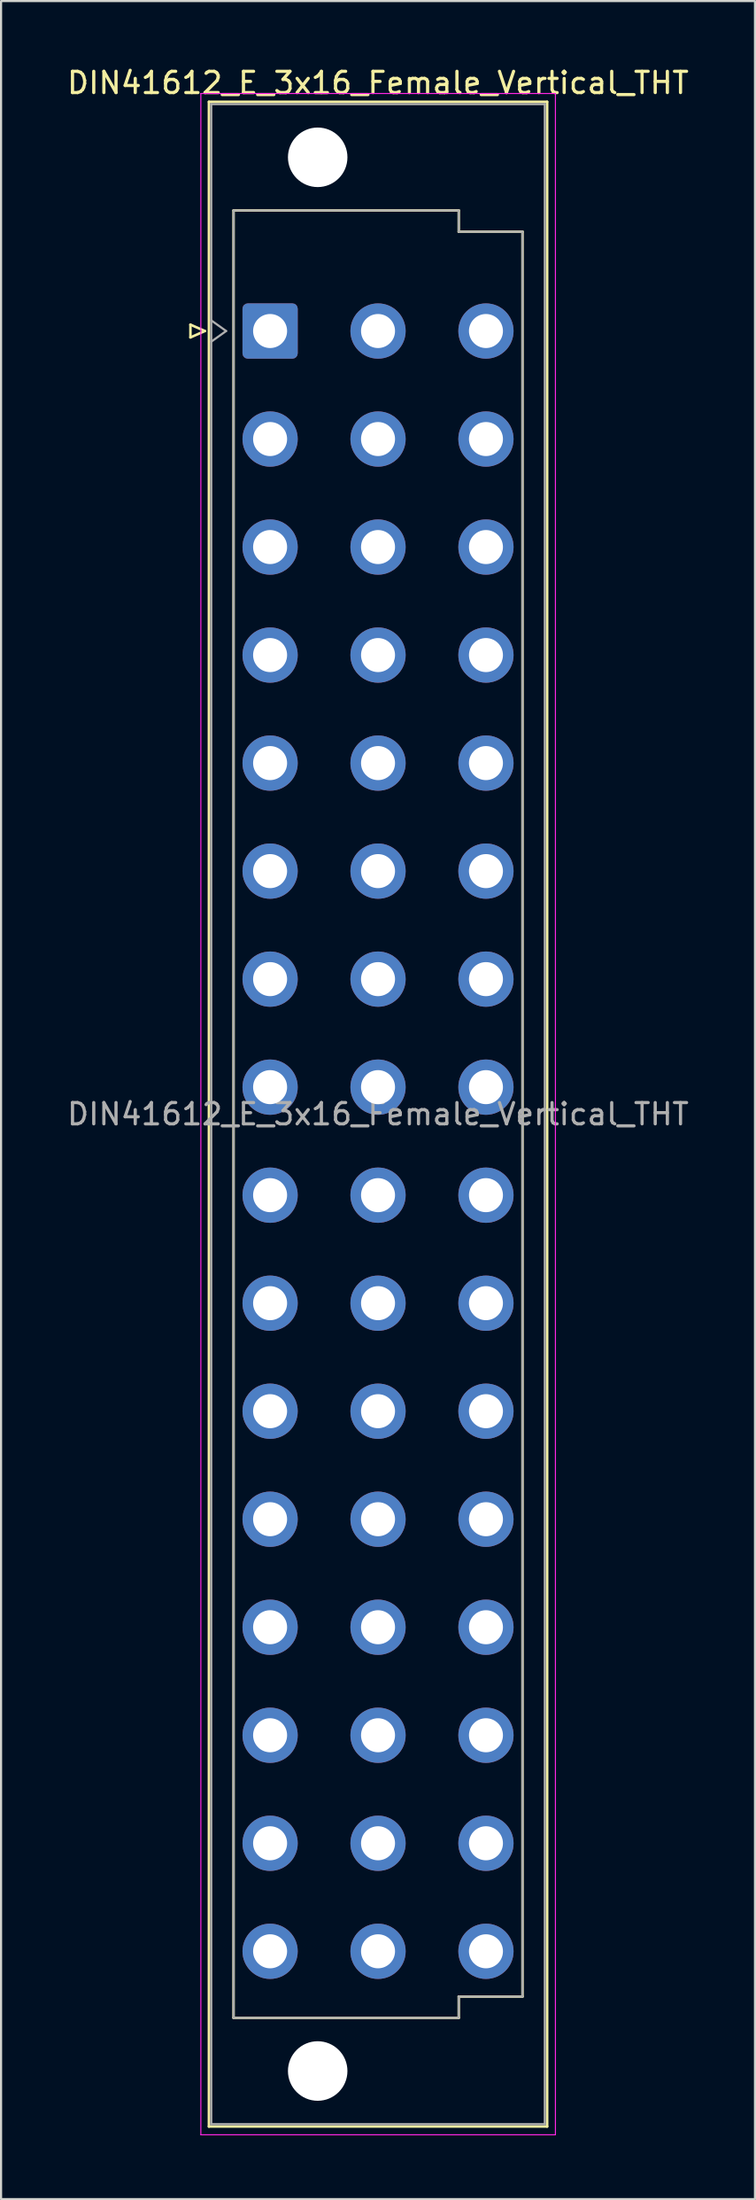
<source format=kicad_pcb>
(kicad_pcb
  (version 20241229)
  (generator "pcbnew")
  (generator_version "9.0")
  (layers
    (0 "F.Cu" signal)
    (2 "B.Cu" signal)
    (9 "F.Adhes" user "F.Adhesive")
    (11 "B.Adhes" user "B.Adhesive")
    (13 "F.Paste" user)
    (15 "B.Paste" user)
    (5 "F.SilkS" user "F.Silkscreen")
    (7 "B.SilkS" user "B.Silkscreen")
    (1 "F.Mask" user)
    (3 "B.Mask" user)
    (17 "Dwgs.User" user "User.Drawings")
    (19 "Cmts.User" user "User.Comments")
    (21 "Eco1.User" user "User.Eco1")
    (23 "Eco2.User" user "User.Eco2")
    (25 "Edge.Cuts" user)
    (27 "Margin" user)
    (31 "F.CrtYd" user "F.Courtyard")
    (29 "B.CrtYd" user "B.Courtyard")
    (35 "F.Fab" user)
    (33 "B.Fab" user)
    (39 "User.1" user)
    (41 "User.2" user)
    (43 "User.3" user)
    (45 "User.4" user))
  (footprint "DIN41612_E_3x16_Female_Vertical_THT"
    (layer "F.Cu")
    (at 9.664 9.978)
    (property "Reference" "DIN41612_E_3x16_Female_Vertical_THT" (at 5.08 -9.13 0) (layer "F.SilkS") (effects (font (size 1 1) (thickness 0.15))))
    (attr through_hole)
    (fp_line (start -3.75 2.24) (end -3.75 2.84) (stroke (width 0.12) (type solid)) (layer "F.SilkS"))
    (fp_line (start -3.75 2.84) (end -3.07 2.54) (stroke (width 0.12) (type solid)) (layer "F.SilkS"))
    (fp_line (start -3.07 2.54) (end -3.75 2.24) (stroke (width 0.12) (type solid)) (layer "F.SilkS"))
    (fp_line (start -2.88 -8.24) (end 13.04 -8.24) (stroke (width 0.12) (type solid)) (layer "F.SilkS"))
    (fp_line (start -2.88 86.98) (end -2.88 -8.24) (stroke (width 0.12) (type solid)) (layer "F.SilkS"))
    (fp_line (start -1.72 -3.131) (end 8.88 -3.131) (stroke (width 0.12) (type solid)) (layer "F.SilkS"))
    (fp_line (start -1.72 81.87) (end -1.72 -3.131) (stroke (width 0.12) (type solid)) (layer "F.SilkS"))
    (fp_line (start 8.88 -3.131) (end 8.88 -2.131) (stroke (width 0.12) (type solid)) (layer "F.SilkS"))
    (fp_line (start 8.88 -2.131) (end 11.88 -2.131) (stroke (width 0.12) (type solid)) (layer "F.SilkS"))
    (fp_line (start 8.88 80.87) (end 8.88 81.87) (stroke (width 0.12) (type solid)) (layer "F.SilkS"))
    (fp_line (start 8.88 81.87) (end -1.72 81.87) (stroke (width 0.12) (type solid)) (layer "F.SilkS"))
    (fp_line (start 11.88 -2.131) (end 11.88 80.87) (stroke (width 0.12) (type solid)) (layer "F.SilkS"))
    (fp_line (start 11.88 80.87) (end 8.88 80.87) (stroke (width 0.12) (type solid)) (layer "F.SilkS"))
    (fp_line (start 13.04 -8.24) (end 13.04 86.98) (stroke (width 0.12) (type solid)) (layer "F.SilkS"))
    (fp_line (start 13.04 86.98) (end -2.88 86.98) (stroke (width 0.12) (type solid)) (layer "F.SilkS"))
    (fp_line (start -3.26 -8.63) (end 13.43 -8.63) (stroke (width 0.05) (type solid)) (layer "F.CrtYd"))
    (fp_line (start -3.26 87.37) (end -3.26 -8.63) (stroke (width 0.05) (type solid)) (layer "F.CrtYd"))
    (fp_line (start 13.43 -8.63) (end 13.43 87.37) (stroke (width 0.05) (type solid)) (layer "F.CrtYd"))
    (fp_line (start 13.43 87.37) (end -3.26 87.37) (stroke (width 0.05) (type solid)) (layer "F.CrtYd"))
    (fp_line (start -2.77 -8.13) (end 12.93 -8.13) (stroke (width 0.1) (type solid)) (layer "F.Fab"))
    (fp_line (start -2.77 2.04) (end -2.07 2.54) (stroke (width 0.1) (type solid)) (layer "F.Fab"))
    (fp_line (start -2.77 86.87) (end -2.77 -8.13) (stroke (width 0.1) (type solid)) (layer "F.Fab"))
    (fp_line (start -2.07 2.54) (end -2.77 3.04) (stroke (width 0.1) (type solid)) (layer "F.Fab"))
    (fp_line (start -1.72 -3.13) (end 8.88 -3.13) (stroke (width 0.1) (type solid)) (layer "F.Fab"))
    (fp_line (start -1.72 81.87) (end -1.72 -3.13) (stroke (width 0.1) (type solid)) (layer "F.Fab"))
    (fp_line (start 8.88 -3.13) (end 8.88 -2.13) (stroke (width 0.1) (type solid)) (layer "F.Fab"))
    (fp_line (start 8.88 -2.13) (end 11.88 -2.13) (stroke (width 0.1) (type solid)) (layer "F.Fab"))
    (fp_line (start 8.88 80.87) (end 8.88 81.87) (stroke (width 0.1) (type solid)) (layer "F.Fab"))
    (fp_line (start 8.88 81.87) (end -1.72 81.87) (stroke (width 0.1) (type solid)) (layer "F.Fab"))
    (fp_line (start 11.88 -2.13) (end 11.88 80.87) (stroke (width 0.1) (type solid)) (layer "F.Fab"))
    (fp_line (start 11.88 80.87) (end 8.88 80.87) (stroke (width 0.1) (type solid)) (layer "F.Fab"))
    (fp_line (start 12.93 -8.13) (end 12.93 86.87) (stroke (width 0.1) (type solid)) (layer "F.Fab"))
    (fp_line (start 12.93 86.87) (end -2.77 86.87) (stroke (width 0.1) (type solid)) (layer "F.Fab"))
    (fp_text user "${REFERENCE}" (at 5.08 39.37 0) (layer "F.Fab") (effects (font (size 1 1) (thickness 0.15))))
    (pad "" np_thru_hole circle (at 2.24 -5.63) (size 2.8 2.8) (drill 2.8) (layers "*.Cu" "*.Mask"))
    (pad "" np_thru_hole circle (at 2.24 84.37) (size 2.8 2.8) (drill 2.8) (layers "*.Cu" "*.Mask"))
    (pad "a2" thru_hole roundrect (at 0 2.54) (size 2.6 2.6) (drill 1.6) (layers "*.Cu" "*.Mask") (roundrect_rratio 0.096))
    (pad "a4" thru_hole circle (at 0 7.62) (size 2.6 2.6) (drill 1.6) (layers "*.Cu" "*.Mask"))
    (pad "a6" thru_hole circle (at 0 12.7) (size 2.6 2.6) (drill 1.6) (layers "*.Cu" "*.Mask"))
    (pad "a8" thru_hole circle (at 0 17.78) (size 2.6 2.6) (drill 1.6) (layers "*.Cu" "*.Mask"))
    (pad "a10" thru_hole circle (at 0 22.86) (size 2.6 2.6) (drill 1.6) (layers "*.Cu" "*.Mask"))
    (pad "a12" thru_hole circle (at 0 27.94) (size 2.6 2.6) (drill 1.6) (layers "*.Cu" "*.Mask"))
    (pad "a14" thru_hole circle (at 0 33.02) (size 2.6 2.6) (drill 1.6) (layers "*.Cu" "*.Mask"))
    (pad "a16" thru_hole circle (at 0 38.1) (size 2.6 2.6) (drill 1.6) (layers "*.Cu" "*.Mask"))
    (pad "a18" thru_hole circle (at 0 43.18) (size 2.6 2.6) (drill 1.6) (layers "*.Cu" "*.Mask"))
    (pad "a20" thru_hole circle (at 0 48.26) (size 2.6 2.6) (drill 1.6) (layers "*.Cu" "*.Mask"))
    (pad "a22" thru_hole circle (at 0 53.34) (size 2.6 2.6) (drill 1.6) (layers "*.Cu" "*.Mask"))
    (pad "a24" thru_hole circle (at 0 58.42) (size 2.6 2.6) (drill 1.6) (layers "*.Cu" "*.Mask"))
    (pad "a26" thru_hole circle (at 0 63.5) (size 2.6 2.6) (drill 1.6) (layers "*.Cu" "*.Mask"))
    (pad "a28" thru_hole circle (at 0 68.58) (size 2.6 2.6) (drill 1.6) (layers "*.Cu" "*.Mask"))
    (pad "a30" thru_hole circle (at 0 73.66) (size 2.6 2.6) (drill 1.6) (layers "*.Cu" "*.Mask"))
    (pad "a32" thru_hole circle (at 0 78.74) (size 2.6 2.6) (drill 1.6) (layers "*.Cu" "*.Mask"))
    (pad "c2" thru_hole circle (at 5.08 2.54) (size 2.6 2.6) (drill 1.6) (layers "*.Cu" "*.Mask"))
    (pad "c4" thru_hole circle (at 5.08 7.62) (size 2.6 2.6) (drill 1.6) (layers "*.Cu" "*.Mask"))
    (pad "c6" thru_hole circle (at 5.08 12.7) (size 2.6 2.6) (drill 1.6) (layers "*.Cu" "*.Mask"))
    (pad "c8" thru_hole circle (at 5.08 17.78) (size 2.6 2.6) (drill 1.6) (layers "*.Cu" "*.Mask"))
    (pad "c10" thru_hole circle (at 5.08 22.86) (size 2.6 2.6) (drill 1.6) (layers "*.Cu" "*.Mask"))
    (pad "c12" thru_hole circle (at 5.08 27.94) (size 2.6 2.6) (drill 1.6) (layers "*.Cu" "*.Mask"))
    (pad "c14" thru_hole circle (at 5.08 33.02) (size 2.6 2.6) (drill 1.6) (layers "*.Cu" "*.Mask"))
    (pad "c16" thru_hole circle (at 5.08 38.1) (size 2.6 2.6) (drill 1.6) (layers "*.Cu" "*.Mask"))
    (pad "c18" thru_hole circle (at 5.08 43.18) (size 2.6 2.6) (drill 1.6) (layers "*.Cu" "*.Mask"))
    (pad "c20" thru_hole circle (at 5.08 48.26) (size 2.6 2.6) (drill 1.6) (layers "*.Cu" "*.Mask"))
    (pad "c22" thru_hole circle (at 5.08 53.34) (size 2.6 2.6) (drill 1.6) (layers "*.Cu" "*.Mask"))
    (pad "c24" thru_hole circle (at 5.08 58.42) (size 2.6 2.6) (drill 1.6) (layers "*.Cu" "*.Mask"))
    (pad "c26" thru_hole circle (at 5.08 63.5) (size 2.6 2.6) (drill 1.6) (layers "*.Cu" "*.Mask"))
    (pad "c28" thru_hole circle (at 5.08 68.58) (size 2.6 2.6) (drill 1.6) (layers "*.Cu" "*.Mask"))
    (pad "c30" thru_hole circle (at 5.08 73.66) (size 2.6 2.6) (drill 1.6) (layers "*.Cu" "*.Mask"))
    (pad "c32" thru_hole circle (at 5.08 78.74) (size 2.6 2.6) (drill 1.6) (layers "*.Cu" "*.Mask"))
    (pad "e2" thru_hole circle (at 10.16 2.54) (size 2.6 2.6) (drill 1.6) (layers "*.Cu" "*.Mask"))
    (pad "e4" thru_hole circle (at 10.16 7.62) (size 2.6 2.6) (drill 1.6) (layers "*.Cu" "*.Mask"))
    (pad "e6" thru_hole circle (at 10.16 12.7) (size 2.6 2.6) (drill 1.6) (layers "*.Cu" "*.Mask"))
    (pad "e8" thru_hole circle (at 10.16 17.78) (size 2.6 2.6) (drill 1.6) (layers "*.Cu" "*.Mask"))
    (pad "e10" thru_hole circle (at 10.16 22.86) (size 2.6 2.6) (drill 1.6) (layers "*.Cu" "*.Mask"))
    (pad "e12" thru_hole circle (at 10.16 27.94) (size 2.6 2.6) (drill 1.6) (layers "*.Cu" "*.Mask"))
    (pad "e14" thru_hole circle (at 10.16 33.02) (size 2.6 2.6) (drill 1.6) (layers "*.Cu" "*.Mask"))
    (pad "e16" thru_hole circle (at 10.16 38.1) (size 2.6 2.6) (drill 1.6) (layers "*.Cu" "*.Mask"))
    (pad "e18" thru_hole circle (at 10.16 43.18) (size 2.6 2.6) (drill 1.6) (layers "*.Cu" "*.Mask"))
    (pad "e20" thru_hole circle (at 10.16 48.26) (size 2.6 2.6) (drill 1.6) (layers "*.Cu" "*.Mask"))
    (pad "e22" thru_hole circle (at 10.16 53.34) (size 2.6 2.6) (drill 1.6) (layers "*.Cu" "*.Mask"))
    (pad "e24" thru_hole circle (at 10.16 58.42) (size 2.6 2.6) (drill 1.6) (layers "*.Cu" "*.Mask"))
    (pad "e26" thru_hole circle (at 10.16 63.5) (size 2.6 2.6) (drill 1.6) (layers "*.Cu" "*.Mask"))
    (pad "e28" thru_hole circle (at 10.16 68.58) (size 2.6 2.6) (drill 1.6) (layers "*.Cu" "*.Mask"))
    (pad "e30" thru_hole circle (at 10.16 73.66) (size 2.6 2.6) (drill 1.6) (layers "*.Cu" "*.Mask"))
    (pad "e32" thru_hole circle (at 10.16 78.74) (size 2.6 2.6) (drill 1.6) (layers "*.Cu" "*.Mask")))
  (gr_rect
    (start -3 -3)
    (end 32.488 100.373)
    (stroke (width 0.1) (type default))
    (fill no)
    (layer "Edge.Cuts")))
</source>
